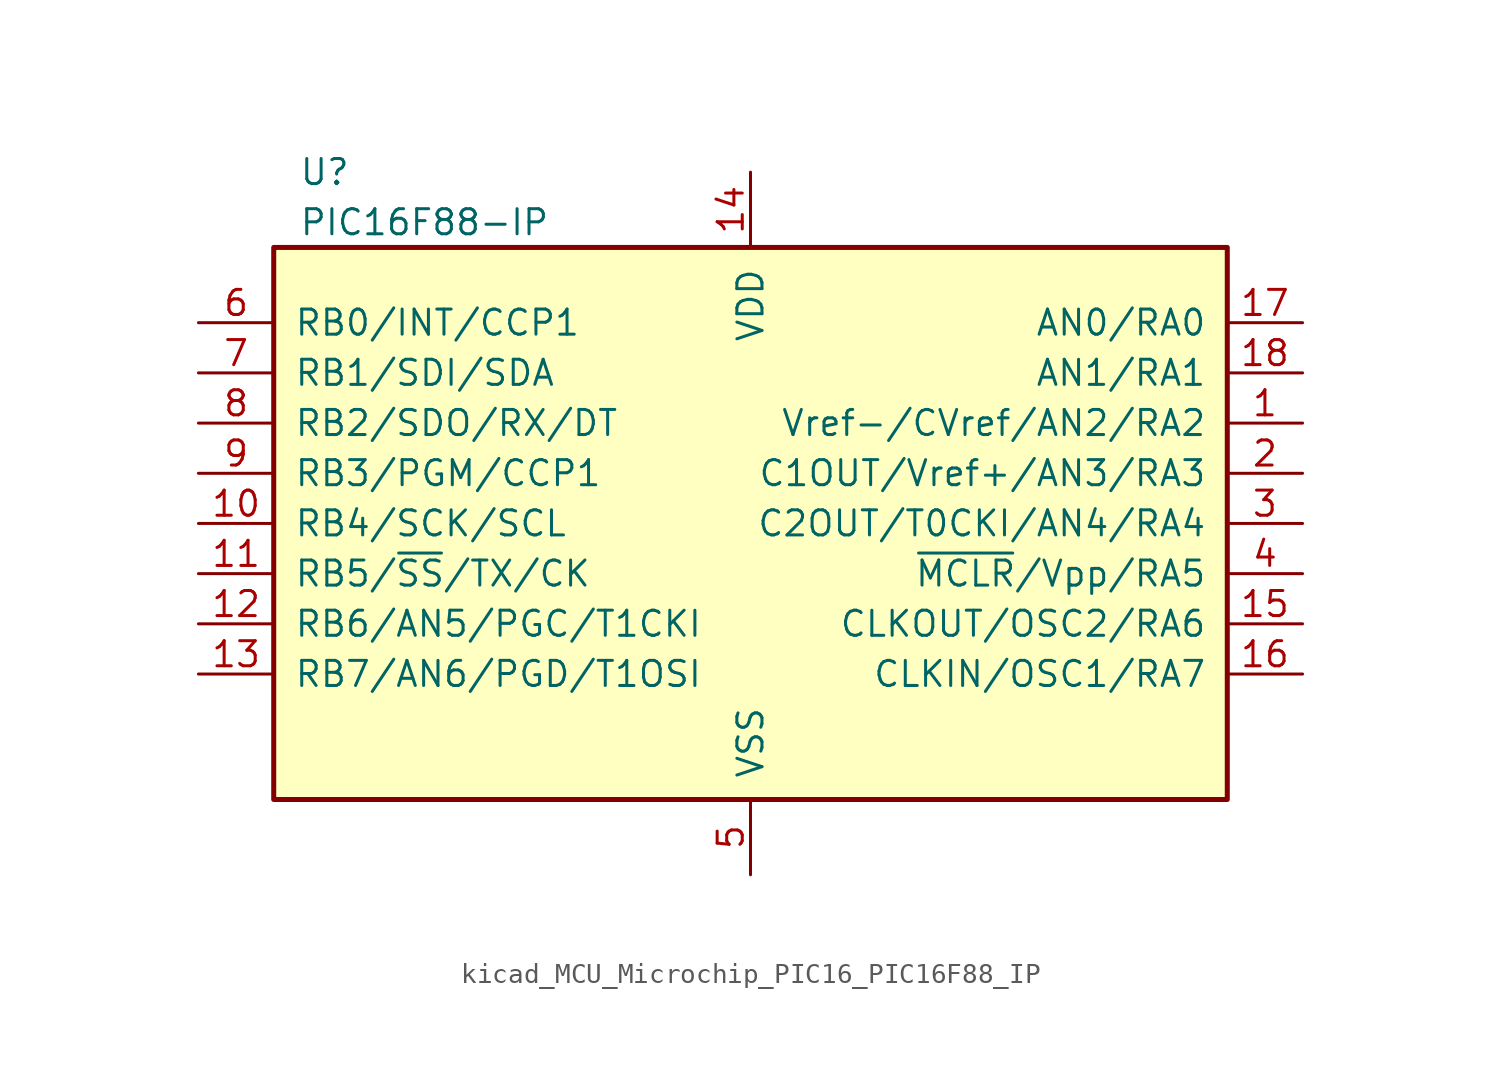
<source format=kicad_sym>
(kicad_symbol_lib
  (version 20220914)
  (generator kicad_symbol_editor)
  (symbol "kicad_MCU_Microchip_PIC16_PIC16F88_IP"
    (pin_names
      (offset 1.016))
    (property "Reference" "U"
      (at -22.86 17.78 0)
      (effects (font (size 1.27 1.27)) (justify left)))
    (property "Value" "PIC16F88-IP"
      (at -22.86 15.24 0)
      (effects (font (size 1.27 1.27)) (justify left)))
    (symbol "kicad_MCU_Microchip_PIC16_PIC16F88_IP_0_1"
      (rectangle (start 24.13 13.97) (end -24.13 -13.97) (stroke (width 0.254) (type default)) (fill (type background))))
    (symbol "kicad_MCU_Microchip_PIC16_PIC16F88_IP_1_1"
      (pin bidirectional line (at 27.94 5.08 180) (length 3.81) (name "Vref-/CVref/AN2/RA2" (effects (font (size 1.27 1.27)))) (number "1" (effects (font (size 1.27 1.27)))))
      (pin bidirectional line (at -27.94 0 0) (length 3.81) (name "RB4/SCK/SCL" (effects (font (size 1.27 1.27)))) (number "10" (effects (font (size 1.27 1.27)))))
      (pin bidirectional line (at -27.94 -2.54 0) (length 3.81) (name "RB5/~{SS}/TX/CK" (effects (font (size 1.27 1.27)))) (number "11" (effects (font (size 1.27 1.27)))))
      (pin bidirectional line (at -27.94 -5.08 0) (length 3.81) (name "RB6/AN5/PGC/T1CKI" (effects (font (size 1.27 1.27)))) (number "12" (effects (font (size 1.27 1.27)))))
      (pin bidirectional line (at -27.94 -7.62 0) (length 3.81) (name "RB7/AN6/PGD/T1OSI" (effects (font (size 1.27 1.27)))) (number "13" (effects (font (size 1.27 1.27)))))
      (pin power_in line (at 0 17.78 270) (length 3.81) (name "VDD" (effects (font (size 1.27 1.27)))) (number "14" (effects (font (size 1.27 1.27)))))
      (pin bidirectional line (at 27.94 -5.08 180) (length 3.81) (name "CLKOUT/OSC2/RA6" (effects (font (size 1.27 1.27)))) (number "15" (effects (font (size 1.27 1.27)))))
      (pin bidirectional line (at 27.94 -7.62 180) (length 3.81) (name "CLKIN/OSC1/RA7" (effects (font (size 1.27 1.27)))) (number "16" (effects (font (size 1.27 1.27)))))
      (pin bidirectional line (at 27.94 10.16 180) (length 3.81) (name "AN0/RA0" (effects (font (size 1.27 1.27)))) (number "17" (effects (font (size 1.27 1.27)))))
      (pin bidirectional line (at 27.94 7.62 180) (length 3.81) (name "AN1/RA1" (effects (font (size 1.27 1.27)))) (number "18" (effects (font (size 1.27 1.27)))))
      (pin bidirectional line (at 27.94 2.54 180) (length 3.81) (name "C1OUT/Vref+/AN3/RA3" (effects (font (size 1.27 1.27)))) (number "2" (effects (font (size 1.27 1.27)))))
      (pin bidirectional line (at 27.94 0 180) (length 3.81) (name "C2OUT/T0CKI/AN4/RA4" (effects (font (size 1.27 1.27)))) (number "3" (effects (font (size 1.27 1.27)))))
      (pin input line (at 27.94 -2.54 180) (length 3.81) (name "~{MCLR}/Vpp/RA5" (effects (font (size 1.27 1.27)))) (number "4" (effects (font (size 1.27 1.27)))))
      (pin power_in line (at 0 -17.78 90) (length 3.81) (name "VSS" (effects (font (size 1.27 1.27)))) (number "5" (effects (font (size 1.27 1.27)))))
      (pin bidirectional line (at -27.94 10.16 0) (length 3.81) (name "RB0/INT/CCP1" (effects (font (size 1.27 1.27)))) (number "6" (effects (font (size 1.27 1.27)))))
      (pin bidirectional line (at -27.94 7.62 0) (length 3.81) (name "RB1/SDI/SDA" (effects (font (size 1.27 1.27)))) (number "7" (effects (font (size 1.27 1.27)))))
      (pin bidirectional line (at -27.94 5.08 0) (length 3.81) (name "RB2/SDO/RX/DT" (effects (font (size 1.27 1.27)))) (number "8" (effects (font (size 1.27 1.27)))))
      (pin bidirectional line (at -27.94 2.54 0) (length 3.81) (name "RB3/PGM/CCP1" (effects (font (size 1.27 1.27)))) (number "9" (effects (font (size 1.27 1.27))))))))
</source>
